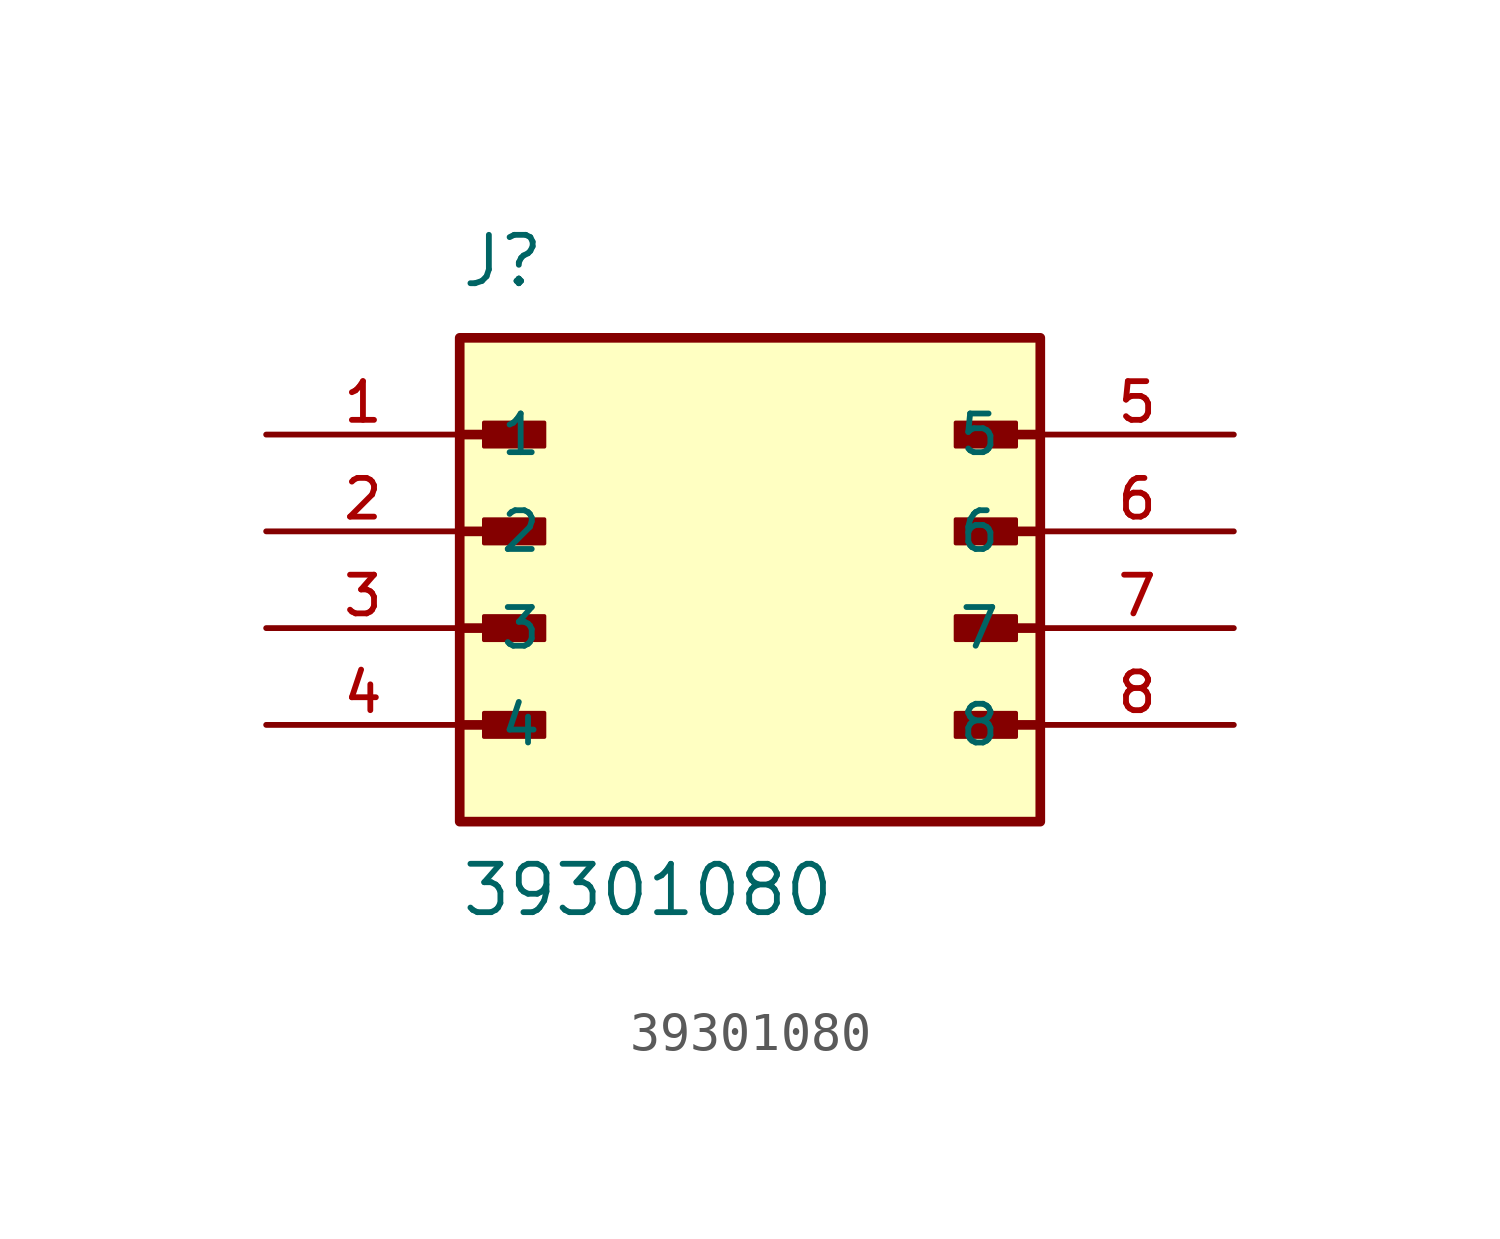
<source format=kicad_sym>
(kicad_symbol_lib
  (version 20211014)
  (generator kicad_symbol_editor)
  (symbol "39301080"
    (pin_names
      (offset 1.016))
    (property "Reference" "J"
      (at -7.62 6.35 0)
      (effects (font (size 1.27 1.27)) (justify bottom left)))
    (property "Value" "39301080"
      (at -7.62 -10.16 0)
      (effects (font (size 1.27 1.27)) (justify bottom left)))
    (symbol "39301080_0_0"
      (polyline (pts (xy -7.62 2.54) (xy -5.715 2.54)) (stroke (width 0.254)))
      (rectangle (start -6.985 2.223) (end -5.397 2.857) (stroke (width 0.1)) (fill (type outline)))
      (polyline (pts (xy -7.62 0.0) (xy -5.715 0.0)) (stroke (width 0.254)))
      (rectangle (start -6.985 -0.318) (end -5.397 0.318) (stroke (width 0.1)) (fill (type outline)))
      (polyline (pts (xy -7.62 -2.54) (xy -5.715 -2.54)) (stroke (width 0.254)))
      (rectangle (start -6.985 -2.857) (end -5.397 -2.223) (stroke (width 0.1)) (fill (type outline)))
      (polyline (pts (xy -7.62 -5.08) (xy -5.715 -5.08)) (stroke (width 0.254)))
      (rectangle (start -6.985 -5.397) (end -5.397 -4.763) (stroke (width 0.1)) (fill (type outline)))
      (polyline (pts (xy 7.62 -5.08) (xy 5.715 -5.08)) (stroke (width 0.254)))
      (rectangle (start 5.397 -5.397) (end 6.985 -4.763) (stroke (width 0.1)) (fill (type outline)))
      (polyline (pts (xy 7.62 -2.54) (xy 5.715 -2.54)) (stroke (width 0.254)))
      (rectangle (start 5.397 -2.857) (end 6.985 -2.223) (stroke (width 0.1)) (fill (type outline)))
      (polyline (pts (xy 7.62 0.0) (xy 5.715 0.0)) (stroke (width 0.254)))
      (rectangle (start 5.397 -0.318) (end 6.985 0.318) (stroke (width 0.1)) (fill (type outline)))
      (polyline (pts (xy 7.62 2.54) (xy 5.715 2.54)) (stroke (width 0.254)))
      (rectangle (start 5.397 2.223) (end 6.985 2.857) (stroke (width 0.1)) (fill (type outline)))
      (rectangle (start -7.62 -7.62) (end 7.62 5.08) (stroke (width 0.254)) (fill (type background)))
      (pin passive line (at -12.7 2.54 0) (length 5.08) (name "1" (effects (font (size 1.016 1.016)))) (number "1" (effects (font (size 1.016 1.016)))))
      (pin passive line (at -12.7 0.0 0) (length 5.08) (name "2" (effects (font (size 1.016 1.016)))) (number "2" (effects (font (size 1.016 1.016)))))
      (pin passive line (at -12.7 -2.54 0) (length 5.08) (name "3" (effects (font (size 1.016 1.016)))) (number "3" (effects (font (size 1.016 1.016)))))
      (pin passive line (at -12.7 -5.08 0) (length 5.08) (name "4" (effects (font (size 1.016 1.016)))) (number "4" (effects (font (size 1.016 1.016)))))
      (pin passive line (at 12.7 2.54 180.0) (length 5.08) (name "5" (effects (font (size 1.016 1.016)))) (number "5" (effects (font (size 1.016 1.016)))))
      (pin passive line (at 12.7 0.0 180.0) (length 5.08) (name "6" (effects (font (size 1.016 1.016)))) (number "6" (effects (font (size 1.016 1.016)))))
      (pin passive line (at 12.7 -2.54 180.0) (length 5.08) (name "7" (effects (font (size 1.016 1.016)))) (number "7" (effects (font (size 1.016 1.016)))))
      (pin passive line (at 12.7 -5.08 180.0) (length 5.08) (name "8" (effects (font (size 1.016 1.016)))) (number "8" (effects (font (size 1.016 1.016))))))))
</source>
